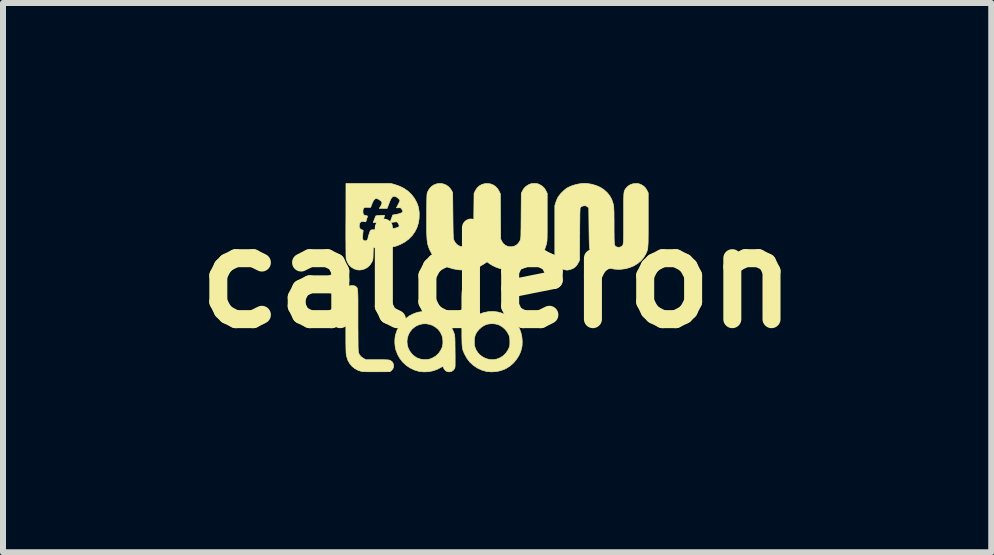
<source format=kicad_pcb>
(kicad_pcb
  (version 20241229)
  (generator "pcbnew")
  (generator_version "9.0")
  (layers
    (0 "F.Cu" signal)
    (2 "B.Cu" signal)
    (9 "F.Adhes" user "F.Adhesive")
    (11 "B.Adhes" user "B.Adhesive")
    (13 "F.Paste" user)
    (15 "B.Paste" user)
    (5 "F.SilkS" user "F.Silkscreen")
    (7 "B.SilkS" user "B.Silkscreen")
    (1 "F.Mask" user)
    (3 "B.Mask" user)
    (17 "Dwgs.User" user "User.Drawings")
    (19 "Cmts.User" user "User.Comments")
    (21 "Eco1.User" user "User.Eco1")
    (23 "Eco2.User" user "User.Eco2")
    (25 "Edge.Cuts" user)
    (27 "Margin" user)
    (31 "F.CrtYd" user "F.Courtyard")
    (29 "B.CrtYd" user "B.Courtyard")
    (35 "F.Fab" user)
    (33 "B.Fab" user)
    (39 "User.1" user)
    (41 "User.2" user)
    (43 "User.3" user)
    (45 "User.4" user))
  (footprint "calderon"
    (layer "F.Cu")
    (at 5.232 1.578)
    (property "Reference" "calderon" (at 0 0 0) (layer "F.SilkS") (effects (font (size 1.524 1.524) (thickness 0.3))))
    (attr through_hole)
    (fp_poly (pts (xy -1.879 -1.04) (xy -1.874 -1.038) (xy -1.874 -1.034) (xy -1.878 -1.025) (xy -1.884 -1.006) (xy -1.892 -0.982) (xy -1.895 -0.973) (xy -1.912 -0.921) (xy -2.064 -0.921) (xy -2.045 -0.973) (xy -2.035 -0.997) (xy -2.027 -1.017) (xy -2.021 -1.029) (xy -2.02 -1.031) (xy -2.011 -1.033) (xy -1.993 -1.036) (xy -1.968 -1.038) (xy -1.943 -1.04) (xy -1.911 -1.041) (xy -1.891 -1.041) (xy -1.879 -1.04)) (stroke (width 0.01) (type solid)) (fill yes) (layer "F.SilkS"))
    (fp_poly (pts (xy -2.391 0.132) (xy -2.372 0.136) (xy -2.358 0.144) (xy -2.351 0.149) (xy -2.345 0.154) (xy -2.339 0.159) (xy -2.335 0.165) (xy -2.331 0.174) (xy -2.327 0.185) (xy -2.325 0.201) (xy -2.323 0.221) (xy -2.321 0.246) (xy -2.32 0.278) (xy -2.319 0.317) (xy -2.318 0.364) (xy -2.318 0.42) (xy -2.318 0.486) (xy -2.318 0.562) (xy -2.318 0.649) (xy -2.318 0.704) (xy -2.318 0.813) (xy -2.317 0.909) (xy -2.317 0.992) (xy -2.316 1.064) (xy -2.316 1.123) (xy -2.315 1.17) (xy -2.313 1.205) (xy -2.312 1.228) (xy -2.311 1.238) (xy -2.296 1.278) (xy -2.27 1.311) (xy -2.233 1.339) (xy -2.223 1.345) (xy -2.183 1.365) (xy -1.993 1.365) (xy -1.939 1.365) (xy -1.895 1.365) (xy -1.862 1.366) (xy -1.836 1.367) (xy -1.817 1.368) (xy -1.803 1.37) (xy -1.793 1.372) (xy -1.784 1.375) (xy -1.777 1.378) (xy -1.75 1.398) (xy -1.733 1.425) (xy -1.724 1.455) (xy -1.725 1.487) (xy -1.737 1.517) (xy -1.758 1.543) (xy -1.764 1.548) (xy -1.787 1.565) (xy -2.006 1.566) (xy -2.059 1.566) (xy -2.109 1.566) (xy -2.153 1.566) (xy -2.192 1.565) (xy -2.222 1.564) (xy -2.243 1.563) (xy -2.251 1.562) (xy -2.314 1.543) (xy -2.369 1.514) (xy -2.417 1.475) (xy -2.456 1.428) (xy -2.487 1.373) (xy -2.507 1.31) (xy -2.514 1.27) (xy -2.516 1.252) (xy -2.517 1.223) (xy -2.518 1.183) (xy -2.519 1.132) (xy -2.52 1.068) (xy -2.52 0.993) (xy -2.52 0.906) (xy -2.52 0.807) (xy -2.52 0.708) (xy -2.519 0.616) (xy -2.519 0.535) (xy -2.519 0.466) (xy -2.518 0.407) (xy -2.518 0.357) (xy -2.517 0.315) (xy -2.517 0.281) (xy -2.516 0.254) (xy -2.515 0.232) (xy -2.514 0.216) (xy -2.513 0.204) (xy -2.511 0.195) (xy -2.51 0.188) (xy -2.508 0.183) (xy -2.505 0.179) (xy -2.505 0.178) (xy -2.486 0.153) (xy -2.464 0.138) (xy -2.435 0.131) (xy -2.417 0.13) (xy -2.391 0.132)) (stroke (width 0.01) (type solid)) (fill yes) (layer "F.SilkS"))
    (fp_poly (pts (xy -1.159 0.564) (xy -1.129 0.566) (xy -1.103 0.571) (xy -1.075 0.577) (xy -1.064 0.581) (xy -0.987 0.61) (xy -0.918 0.649) (xy -0.857 0.698) (xy -0.805 0.756) (xy -0.761 0.823) (xy -0.726 0.899) (xy -0.717 0.924) (xy -0.713 0.935) (xy -0.71 0.946) (xy -0.708 0.958) (xy -0.706 0.972) (xy -0.704 0.99) (xy -0.703 1.013) (xy -0.702 1.042) (xy -0.701 1.079) (xy -0.701 1.125) (xy -0.7 1.181) (xy -0.7 1.23) (xy -0.699 1.295) (xy -0.699 1.348) (xy -0.699 1.391) (xy -0.699 1.425) (xy -0.699 1.451) (xy -0.7 1.471) (xy -0.701 1.485) (xy -0.703 1.496) (xy -0.705 1.504) (xy -0.708 1.511) (xy -0.712 1.517) (xy -0.712 1.517) (xy -0.734 1.544) (xy -0.763 1.561) (xy -0.797 1.567) (xy -0.808 1.567) (xy -0.838 1.56) (xy -0.862 1.546) (xy -0.881 1.521) (xy -0.889 1.507) (xy -0.905 1.474) (xy -0.937 1.494) (xy -1.001 1.527) (xy -1.072 1.551) (xy -1.145 1.565) (xy -1.219 1.568) (xy -1.291 1.561) (xy -1.302 1.559) (xy -1.379 1.536) (xy -1.45 1.502) (xy -1.514 1.459) (xy -1.571 1.406) (xy -1.619 1.345) (xy -1.658 1.277) (xy -1.686 1.202) (xy -1.69 1.189) (xy -1.698 1.147) (xy -1.703 1.099) (xy -1.704 1.057) (xy -1.501 1.057) (xy -1.497 1.113) (xy -1.483 1.167) (xy -1.458 1.218) (xy -1.423 1.265) (xy -1.407 1.281) (xy -1.384 1.301) (xy -1.36 1.319) (xy -1.34 1.332) (xy -1.336 1.334) (xy -1.28 1.354) (xy -1.221 1.364) (xy -1.162 1.362) (xy -1.127 1.356) (xy -1.071 1.334) (xy -1.02 1.303) (xy -0.977 1.262) (xy -0.942 1.214) (xy -0.916 1.16) (xy -0.908 1.131) (xy -0.903 1.094) (xy -0.903 1.051) (xy -0.908 1.007) (xy -0.917 0.967) (xy -0.921 0.957) (xy -0.947 0.904) (xy -0.982 0.859) (xy -1.025 0.823) (xy -1.073 0.794) (xy -1.125 0.776) (xy -1.18 0.766) (xy -1.237 0.767) (xy -1.292 0.779) (xy -1.346 0.802) (xy -1.368 0.816) (xy -1.415 0.854) (xy -1.451 0.899) (xy -1.478 0.949) (xy -1.495 1.002) (xy -1.501 1.057) (xy -1.704 1.057) (xy -1.704 1.049) (xy -1.701 1.002) (xy -1.695 0.961) (xy -1.693 0.953) (xy -1.666 0.874) (xy -1.63 0.802) (xy -1.583 0.738) (xy -1.528 0.683) (xy -1.464 0.636) (xy -1.409 0.607) (xy -1.36 0.587) (xy -1.314 0.573) (xy -1.266 0.566) (xy -1.212 0.563) (xy -1.197 0.563) (xy -1.159 0.564)) (stroke (width 0.01) (type solid)) (fill yes) (layer "F.SilkS"))
    (fp_poly (pts (xy -0.46 0.132) (xy -0.441 0.137) (xy -0.427 0.145) (xy -0.416 0.153) (xy -0.408 0.16) (xy -0.401 0.169) (xy -0.395 0.18) (xy -0.391 0.195) (xy -0.388 0.215) (xy -0.386 0.241) (xy -0.384 0.274) (xy -0.383 0.317) (xy -0.383 0.37) (xy -0.382 0.427) (xy -0.382 0.479) (xy -0.381 0.527) (xy -0.38 0.57) (xy -0.379 0.605) (xy -0.379 0.632) (xy -0.378 0.649) (xy -0.377 0.654) (xy -0.37 0.651) (xy -0.357 0.643) (xy -0.357 0.642) (xy -0.327 0.624) (xy -0.289 0.605) (xy -0.249 0.589) (xy -0.216 0.578) (xy -0.14 0.564) (xy -0.064 0.561) (xy 0.01 0.57) (xy 0.082 0.59) (xy 0.151 0.619) (xy 0.214 0.659) (xy 0.272 0.707) (xy 0.322 0.764) (xy 0.363 0.829) (xy 0.378 0.861) (xy 0.399 0.921) (xy 0.413 0.987) (xy 0.419 1.056) (xy 0.417 1.123) (xy 0.412 1.159) (xy 0.393 1.23) (xy 0.362 1.298) (xy 0.322 1.361) (xy 0.273 1.419) (xy 0.216 1.469) (xy 0.154 1.509) (xy 0.112 1.529) (xy 0.045 1.551) (xy -0.026 1.564) (xy -0.098 1.568) (xy -0.167 1.562) (xy -0.184 1.559) (xy -0.261 1.536) (xy -0.332 1.502) (xy -0.397 1.458) (xy -0.454 1.405) (xy -0.502 1.343) (xy -0.539 1.276) (xy -0.548 1.257) (xy -0.555 1.241) (xy -0.562 1.225) (xy -0.568 1.209) (xy -0.572 1.193) (xy -0.576 1.175) (xy -0.579 1.154) (xy -0.582 1.129) (xy -0.584 1.099) (xy -0.585 1.082) (xy -0.38 1.082) (xy -0.376 1.126) (xy -0.372 1.147) (xy -0.351 1.201) (xy -0.32 1.249) (xy -0.28 1.29) (xy -0.234 1.323) (xy -0.183 1.347) (xy -0.128 1.361) (xy -0.071 1.365) (xy -0.014 1.357) (xy -0.011 1.356) (xy 0.048 1.334) (xy 0.099 1.302) (xy 0.143 1.26) (xy 0.179 1.209) (xy 0.189 1.189) (xy 0.199 1.167) (xy 0.206 1.15) (xy 0.21 1.134) (xy 0.212 1.115) (xy 0.213 1.09) (xy 0.213 1.067) (xy 0.212 1.032) (xy 0.211 1.007) (xy 0.207 0.986) (xy 0.202 0.968) (xy 0.198 0.957) (xy 0.171 0.906) (xy 0.135 0.86) (xy 0.091 0.821) (xy 0.042 0.791) (xy 0.01 0.778) (xy -0.03 0.769) (xy -0.076 0.765) (xy -0.123 0.767) (xy -0.165 0.774) (xy -0.172 0.776) (xy -0.219 0.796) (xy -0.264 0.826) (xy -0.304 0.863) (xy -0.338 0.905) (xy -0.362 0.949) (xy -0.363 0.952) (xy -0.373 0.99) (xy -0.379 1.035) (xy -0.38 1.082) (xy -0.585 1.082) (xy -0.585 1.064) (xy -0.586 1.022) (xy -0.587 0.972) (xy -0.587 0.914) (xy -0.587 0.845) (xy -0.587 0.767) (xy -0.587 0.676) (xy -0.587 0.667) (xy -0.587 0.576) (xy -0.587 0.498) (xy -0.587 0.43) (xy -0.587 0.372) (xy -0.587 0.324) (xy -0.586 0.283) (xy -0.585 0.251) (xy -0.583 0.224) (xy -0.581 0.204) (xy -0.578 0.188) (xy -0.575 0.176) (xy -0.571 0.168) (xy -0.566 0.161) (xy -0.56 0.156) (xy -0.553 0.151) (xy -0.545 0.146) (xy -0.545 0.145) (xy -0.528 0.136) (xy -0.508 0.131) (xy -0.486 0.13) (xy -0.46 0.132)) (stroke (width 0.01) (type solid)) (fill yes) (layer "F.SilkS"))
    (fp_poly (pts (xy 1.492 -1.572) (xy 1.575 -1.559) (xy 1.651 -1.537) (xy 1.721 -1.506) (xy 1.782 -1.466) (xy 1.834 -1.419) (xy 1.878 -1.364) (xy 1.911 -1.302) (xy 1.934 -1.234) (xy 1.943 -1.189) (xy 1.944 -1.174) (xy 1.945 -1.147) (xy 1.947 -1.111) (xy 1.948 -1.067) (xy 1.948 -1.016) (xy 1.949 -0.96) (xy 1.949 -0.9) (xy 1.949 -0.855) (xy 1.949 -0.784) (xy 1.95 -0.724) (xy 1.95 -0.675) (xy 1.951 -0.635) (xy 1.952 -0.604) (xy 1.954 -0.579) (xy 1.956 -0.561) (xy 1.959 -0.547) (xy 1.963 -0.537) (xy 1.968 -0.53) (xy 1.974 -0.524) (xy 1.982 -0.519) (xy 1.983 -0.518) (xy 2.003 -0.51) (xy 2.03 -0.508) (xy 2.055 -0.513) (xy 2.073 -0.522) (xy 2.08 -0.527) (xy 2.086 -0.533) (xy 2.091 -0.539) (xy 2.095 -0.547) (xy 2.099 -0.557) (xy 2.101 -0.572) (xy 2.104 -0.591) (xy 2.105 -0.615) (xy 2.107 -0.646) (xy 2.107 -0.684) (xy 2.108 -0.731) (xy 2.108 -0.787) (xy 2.108 -0.853) (xy 2.108 -0.93) (xy 2.108 -0.993) (xy 2.108 -1.078) (xy 2.108 -1.152) (xy 2.108 -1.215) (xy 2.108 -1.268) (xy 2.109 -1.313) (xy 2.11 -1.349) (xy 2.111 -1.379) (xy 2.113 -1.403) (xy 2.115 -1.422) (xy 2.118 -1.437) (xy 2.122 -1.45) (xy 2.127 -1.46) (xy 2.132 -1.469) (xy 2.138 -1.479) (xy 2.144 -1.487) (xy 2.177 -1.524) (xy 2.217 -1.55) (xy 2.263 -1.566) (xy 2.312 -1.571) (xy 2.34 -1.571) (xy 2.361 -1.567) (xy 2.382 -1.56) (xy 2.402 -1.551) (xy 2.441 -1.527) (xy 2.472 -1.497) (xy 2.496 -1.458) (xy 2.501 -1.448) (xy 2.518 -1.413) (xy 2.518 -0.965) (xy 2.518 -0.876) (xy 2.518 -0.798) (xy 2.518 -0.73) (xy 2.517 -0.673) (xy 2.517 -0.624) (xy 2.516 -0.583) (xy 2.514 -0.549) (xy 2.512 -0.52) (xy 2.51 -0.497) (xy 2.507 -0.477) (xy 2.503 -0.46) (xy 2.498 -0.445) (xy 2.493 -0.431) (xy 2.486 -0.416) (xy 2.479 -0.401) (xy 2.474 -0.391) (xy 2.438 -0.332) (xy 2.393 -0.28) (xy 2.338 -0.235) (xy 2.276 -0.198) (xy 2.208 -0.17) (xy 2.134 -0.15) (xy 2.057 -0.141) (xy 2.026 -0.14) (xy 1.949 -0.145) (xy 1.876 -0.16) (xy 1.803 -0.186) (xy 1.762 -0.205) (xy 1.718 -0.233) (xy 1.674 -0.268) (xy 1.633 -0.309) (xy 1.6 -0.353) (xy 1.579 -0.388) (xy 1.57 -0.407) (xy 1.562 -0.424) (xy 1.555 -0.441) (xy 1.549 -0.458) (xy 1.545 -0.476) (xy 1.541 -0.497) (xy 1.539 -0.523) (xy 1.536 -0.553) (xy 1.535 -0.59) (xy 1.534 -0.635) (xy 1.533 -0.688) (xy 1.532 -0.752) (xy 1.531 -0.827) (xy 1.531 -0.837) (xy 1.527 -1.163) (xy 1.506 -1.182) (xy 1.489 -1.194) (xy 1.47 -1.2) (xy 1.457 -1.2) (xy 1.427 -1.196) (xy 1.402 -1.184) (xy 1.386 -1.167) (xy 1.385 -1.166) (xy 1.383 -1.156) (xy 1.382 -1.135) (xy 1.381 -1.101) (xy 1.379 -1.054) (xy 1.379 -0.995) (xy 1.378 -0.923) (xy 1.377 -0.839) (xy 1.377 -0.742) (xy 1.376 -0.724) (xy 1.375 -0.295) (xy 1.355 -0.254) (xy 1.329 -0.21) (xy 1.298 -0.177) (xy 1.261 -0.153) (xy 1.216 -0.137) (xy 1.19 -0.131) (xy 1.17 -0.128) (xy 1.151 -0.129) (xy 1.126 -0.134) (xy 1.08 -0.149) (xy 1.038 -0.175) (xy 1.003 -0.211) (xy 0.981 -0.246) (xy 0.962 -0.283) (xy 0.962 -1.203) (xy 0.977 -1.251) (xy 0.987 -1.281) (xy 1 -1.312) (xy 1.012 -1.337) (xy 1.03 -1.364) (xy 1.055 -1.396) (xy 1.086 -1.428) (xy 1.118 -1.459) (xy 1.15 -1.484) (xy 1.17 -1.498) (xy 1.223 -1.524) (xy 1.283 -1.545) (xy 1.347 -1.561) (xy 1.41 -1.571) (xy 1.47 -1.573) (xy 1.492 -1.572)) (stroke (width 0.01) (type solid)) (fill yes) (layer "F.SilkS"))
    (fp_poly (pts (xy -0.906 -1.567) (xy -0.859 -1.55) (xy -0.817 -1.524) (xy -0.781 -1.488) (xy -0.757 -1.451) (xy -0.74 -1.419) (xy -0.736 -1.041) (xy -0.735 -0.95) (xy -0.734 -0.87) (xy -0.733 -0.803) (xy -0.732 -0.748) (xy -0.73 -0.705) (xy -0.729 -0.673) (xy -0.727 -0.652) (xy -0.725 -0.642) (xy -0.718 -0.624) (xy -0.707 -0.602) (xy -0.702 -0.593) (xy -0.675 -0.56) (xy -0.642 -0.535) (xy -0.604 -0.52) (xy -0.564 -0.515) (xy -0.523 -0.52) (xy -0.484 -0.535) (xy -0.449 -0.56) (xy -0.444 -0.565) (xy -0.433 -0.576) (xy -0.424 -0.585) (xy -0.417 -0.595) (xy -0.41 -0.606) (xy -0.405 -0.619) (xy -0.401 -0.635) (xy -0.397 -0.655) (xy -0.395 -0.68) (xy -0.393 -0.712) (xy -0.391 -0.75) (xy -0.39 -0.797) (xy -0.389 -0.853) (xy -0.389 -0.919) (xy -0.388 -0.996) (xy -0.388 -1.032) (xy -0.384 -1.407) (xy -0.363 -1.449) (xy -0.335 -1.494) (xy -0.299 -1.529) (xy -0.255 -1.554) (xy -0.205 -1.568) (xy -0.165 -1.571) (xy -0.114 -1.565) (xy -0.067 -1.548) (xy -0.025 -1.52) (xy 0.01 -1.482) (xy 0.034 -1.441) (xy 0.054 -1.4) (xy 0.06 -0.645) (xy 0.078 -0.608) (xy 0.103 -0.57) (xy 0.136 -0.542) (xy 0.176 -0.524) (xy 0.189 -0.52) (xy 0.236 -0.516) (xy 0.281 -0.524) (xy 0.32 -0.543) (xy 0.353 -0.573) (xy 0.379 -0.613) (xy 0.382 -0.619) (xy 0.385 -0.626) (xy 0.388 -0.633) (xy 0.39 -0.64) (xy 0.392 -0.65) (xy 0.393 -0.663) (xy 0.395 -0.68) (xy 0.396 -0.702) (xy 0.397 -0.73) (xy 0.397 -0.765) (xy 0.398 -0.809) (xy 0.399 -0.862) (xy 0.399 -0.925) (xy 0.4 -0.999) (xy 0.4 -1.029) (xy 0.403 -1.407) (xy 0.42 -1.442) (xy 0.447 -1.488) (xy 0.483 -1.524) (xy 0.525 -1.551) (xy 0.549 -1.561) (xy 0.569 -1.568) (xy 0.591 -1.57) (xy 0.618 -1.571) (xy 0.647 -1.571) (xy 0.668 -1.568) (xy 0.687 -1.563) (xy 0.709 -1.552) (xy 0.712 -1.551) (xy 0.757 -1.523) (xy 0.792 -1.487) (xy 0.818 -1.442) (xy 0.835 -1.407) (xy 0.835 -1.01) (xy 0.835 -0.929) (xy 0.835 -0.859) (xy 0.835 -0.801) (xy 0.835 -0.752) (xy 0.834 -0.711) (xy 0.834 -0.678) (xy 0.833 -0.651) (xy 0.832 -0.629) (xy 0.831 -0.611) (xy 0.829 -0.597) (xy 0.827 -0.585) (xy 0.825 -0.574) (xy 0.822 -0.562) (xy 0.821 -0.557) (xy 0.794 -0.477) (xy 0.758 -0.403) (xy 0.711 -0.337) (xy 0.656 -0.279) (xy 0.612 -0.244) (xy 0.544 -0.202) (xy 0.47 -0.17) (xy 0.391 -0.147) (xy 0.309 -0.134) (xy 0.227 -0.129) (xy 0.145 -0.135) (xy 0.065 -0.149) (xy -0.011 -0.173) (xy -0.081 -0.207) (xy -0.133 -0.24) (xy -0.167 -0.266) (xy -0.206 -0.239) (xy -0.279 -0.194) (xy -0.358 -0.161) (xy -0.442 -0.14) (xy -0.53 -0.13) (xy -0.622 -0.131) (xy -0.645 -0.134) (xy -0.732 -0.149) (xy -0.816 -0.175) (xy -0.894 -0.212) (xy -0.965 -0.258) (xy -0.982 -0.271) (xy -1.022 -0.309) (xy -1.06 -0.357) (xy -1.094 -0.41) (xy -1.124 -0.467) (xy -1.146 -0.524) (xy -1.149 -0.536) (xy -1.155 -0.557) (xy -1.16 -0.58) (xy -1.163 -0.604) (xy -1.167 -0.632) (xy -1.169 -0.665) (xy -1.171 -0.703) (xy -1.173 -0.748) (xy -1.174 -0.801) (xy -1.174 -0.862) (xy -1.174 -0.934) (xy -1.174 -1.016) (xy -1.174 -1.057) (xy -1.173 -1.132) (xy -1.173 -1.195) (xy -1.172 -1.248) (xy -1.172 -1.291) (xy -1.171 -1.325) (xy -1.17 -1.353) (xy -1.169 -1.374) (xy -1.168 -1.391) (xy -1.166 -1.403) (xy -1.164 -1.412) (xy -1.162 -1.42) (xy -1.159 -1.427) (xy -1.157 -1.432) (xy -1.129 -1.481) (xy -1.096 -1.518) (xy -1.056 -1.546) (xy -1.009 -1.564) (xy -1.004 -1.566) (xy -0.954 -1.572) (xy -0.906 -1.567)) (stroke (width 0.01) (type solid)) (fill yes) (layer "F.SilkS"))
    (fp_poly (pts (xy -2.143 -1.571) (xy -1.768 -1.571) (xy -1.707 -1.554) (xy -1.625 -1.526) (xy -1.551 -1.489) (xy -1.484 -1.443) (xy -1.427 -1.388) (xy -1.379 -1.326) (xy -1.349 -1.273) (xy -1.328 -1.228) (xy -1.314 -1.186) (xy -1.305 -1.144) (xy -1.299 -1.095) (xy -1.297 -1.072) (xy -1.299 -0.988) (xy -1.312 -0.909) (xy -1.336 -0.834) (xy -1.371 -0.765) (xy -1.416 -0.702) (xy -1.472 -0.645) (xy -1.536 -0.597) (xy -1.61 -0.557) (xy -1.67 -0.532) (xy -1.716 -0.52) (xy -1.773 -0.51) (xy -1.84 -0.504) (xy -1.919 -0.502) (xy -1.944 -0.502) (xy -2.062 -0.502) (xy -2.065 -0.401) (xy -2.066 -0.364) (xy -2.067 -0.336) (xy -2.069 -0.315) (xy -2.071 -0.299) (xy -2.076 -0.286) (xy -2.082 -0.271) (xy -2.088 -0.259) (xy -2.116 -0.216) (xy -2.152 -0.18) (xy -2.194 -0.153) (xy -2.24 -0.136) (xy -2.289 -0.129) (xy -2.334 -0.133) (xy -2.385 -0.15) (xy -2.429 -0.177) (xy -2.466 -0.213) (xy -2.494 -0.257) (xy -2.512 -0.307) (xy -2.515 -0.318) (xy -2.516 -0.331) (xy -2.517 -0.356) (xy -2.518 -0.393) (xy -2.518 -0.442) (xy -2.519 -0.503) (xy -2.519 -0.574) (xy -2.52 -0.656) (xy -2.52 -0.748) (xy -2.52 -0.85) (xy -2.52 -0.86) (xy -2.298 -0.86) (xy -2.292 -0.832) (xy -2.277 -0.811) (xy -2.251 -0.798) (xy -2.246 -0.797) (xy -2.233 -0.791) (xy -2.231 -0.783) (xy -2.232 -0.779) (xy -2.234 -0.766) (xy -2.236 -0.745) (xy -2.238 -0.719) (xy -2.239 -0.707) (xy -2.241 -0.677) (xy -2.241 -0.657) (xy -2.238 -0.644) (xy -2.234 -0.634) (xy -2.233 -0.632) (xy -2.218 -0.62) (xy -2.2 -0.615) (xy -2.18 -0.618) (xy -2.164 -0.628) (xy -2.154 -0.643) (xy -2.153 -0.652) (xy -2.151 -0.666) (xy -2.145 -0.688) (xy -2.137 -0.715) (xy -2.128 -0.742) (xy -2.12 -0.766) (xy -2.112 -0.783) (xy -2.111 -0.786) (xy -2.106 -0.792) (xy -2.1 -0.796) (xy -2.09 -0.798) (xy -2.073 -0.8) (xy -2.048 -0.8) (xy -2.025 -0.8) (xy -1.948 -0.8) (xy -1.952 -0.783) (xy -1.954 -0.768) (xy -1.956 -0.746) (xy -1.959 -0.718) (xy -1.959 -0.708) (xy -1.96 -0.672) (xy -1.958 -0.646) (xy -1.951 -0.629) (xy -1.939 -0.619) (xy -1.927 -0.616) (xy -1.91 -0.614) (xy -1.897 -0.618) (xy -1.884 -0.627) (xy -1.875 -0.641) (xy -1.873 -0.652) (xy -1.871 -0.664) (xy -1.866 -0.685) (xy -1.859 -0.711) (xy -1.851 -0.736) (xy -1.828 -0.806) (xy -1.798 -0.809) (xy -1.766 -0.814) (xy -1.732 -0.82) (xy -1.7 -0.827) (xy -1.672 -0.834) (xy -1.653 -0.84) (xy -1.649 -0.842) (xy -1.636 -0.853) (xy -1.632 -0.864) (xy -1.635 -0.881) (xy -1.644 -0.901) (xy -1.656 -0.918) (xy -1.667 -0.929) (xy -1.67 -0.93) (xy -1.682 -0.931) (xy -1.703 -0.93) (xy -1.728 -0.927) (xy -1.731 -0.927) (xy -1.754 -0.923) (xy -1.771 -0.921) (xy -1.781 -0.921) (xy -1.781 -0.922) (xy -1.78 -0.928) (xy -1.775 -0.944) (xy -1.768 -0.967) (xy -1.761 -0.985) (xy -1.739 -1.046) (xy -1.696 -1.053) (xy -1.652 -1.062) (xy -1.617 -1.072) (xy -1.591 -1.082) (xy -1.579 -1.092) (xy -1.572 -1.1) (xy -1.571 -1.108) (xy -1.576 -1.121) (xy -1.58 -1.129) (xy -1.593 -1.151) (xy -1.606 -1.163) (xy -1.623 -1.168) (xy -1.645 -1.166) (xy -1.663 -1.165) (xy -1.674 -1.165) (xy -1.676 -1.166) (xy -1.674 -1.172) (xy -1.666 -1.187) (xy -1.655 -1.208) (xy -1.648 -1.223) (xy -1.635 -1.247) (xy -1.626 -1.268) (xy -1.62 -1.283) (xy -1.619 -1.287) (xy -1.624 -1.299) (xy -1.637 -1.314) (xy -1.655 -1.33) (xy -1.674 -1.344) (xy -1.692 -1.352) (xy -1.692 -1.353) (xy -1.712 -1.357) (xy -1.729 -1.356) (xy -1.744 -1.347) (xy -1.758 -1.331) (xy -1.773 -1.306) (xy -1.789 -1.27) (xy -1.804 -1.23) (xy -1.832 -1.156) (xy -1.898 -1.156) (xy -1.963 -1.156) (xy -1.95 -1.177) (xy -1.932 -1.207) (xy -1.922 -1.23) (xy -1.918 -1.247) (xy -1.918 -1.248) (xy -1.923 -1.264) (xy -1.938 -1.281) (xy -1.958 -1.297) (xy -1.981 -1.311) (xy -2.003 -1.319) (xy -2.015 -1.321) (xy -2.033 -1.315) (xy -2.052 -1.296) (xy -2.07 -1.265) (xy -2.086 -1.228) (xy -2.107 -1.172) (xy -2.158 -1.173) (xy -2.183 -1.174) (xy -2.199 -1.173) (xy -2.21 -1.17) (xy -2.217 -1.164) (xy -2.222 -1.158) (xy -2.23 -1.144) (xy -2.234 -1.126) (xy -2.235 -1.102) (xy -2.233 -1.073) (xy -2.225 -1.054) (xy -2.211 -1.043) (xy -2.187 -1.037) (xy -2.185 -1.037) (xy -2.169 -1.033) (xy -2.16 -1.028) (xy -2.159 -1.027) (xy -2.161 -1.018) (xy -2.166 -1) (xy -2.173 -0.978) (xy -2.173 -0.976) (xy -2.187 -0.932) (xy -2.222 -0.936) (xy -2.252 -0.937) (xy -2.272 -0.93) (xy -2.285 -0.914) (xy -2.293 -0.894) (xy -2.298 -0.86) (xy -2.52 -0.86) (xy -2.519 -0.962) (xy -2.518 -1.572) (xy -2.143 -1.571)) (stroke (width 0.01) (type solid)) (fill yes) (layer "F.SilkS")))
  (gr_rect
    (start -3 -3)
    (end 13.465 6.151)
    (stroke (width 0.1) (type default))
    (fill no)
    (layer "Edge.Cuts")))
</source>
